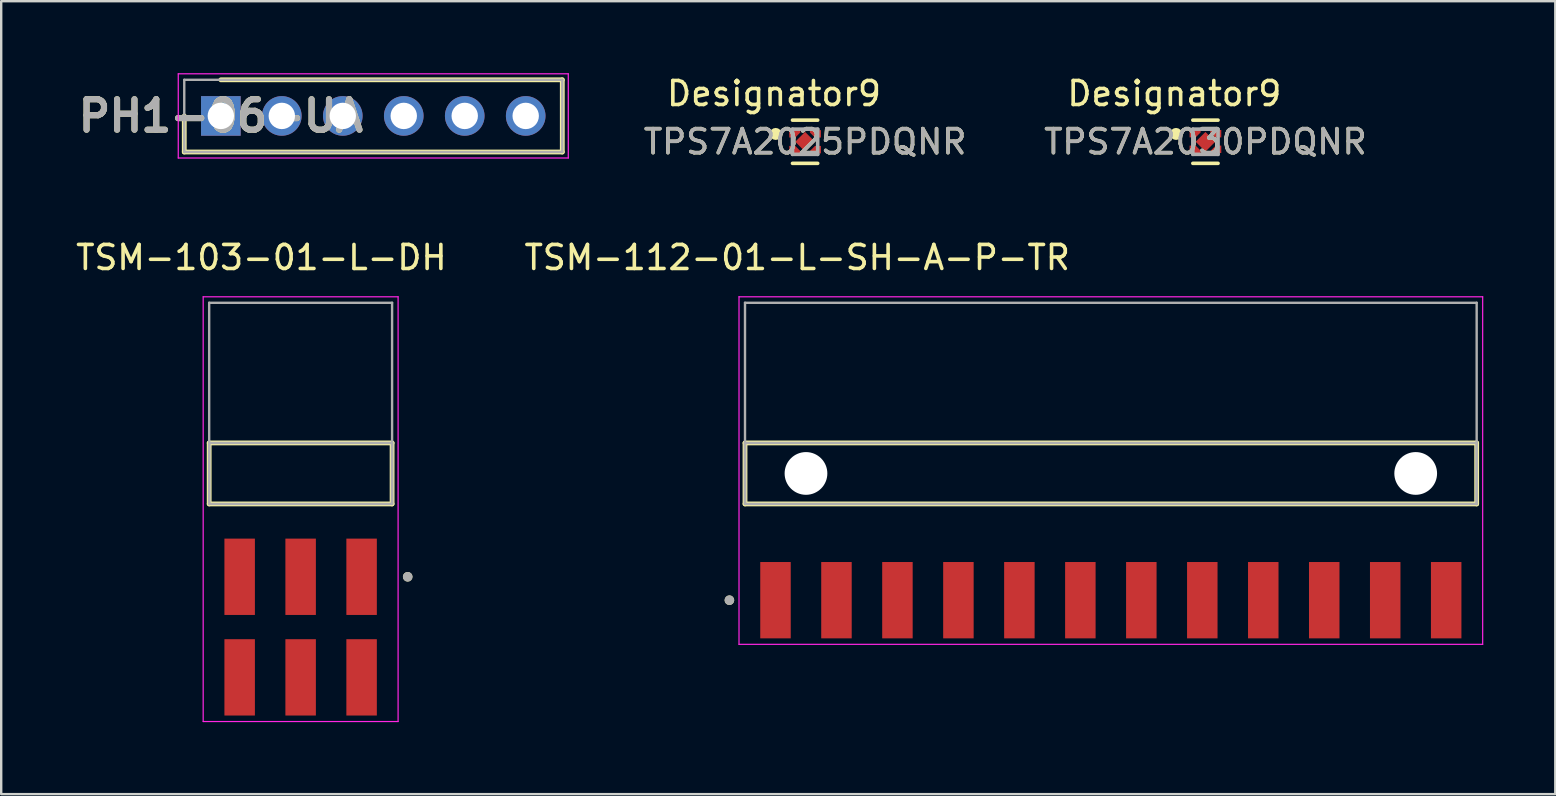
<source format=kicad_pcb>
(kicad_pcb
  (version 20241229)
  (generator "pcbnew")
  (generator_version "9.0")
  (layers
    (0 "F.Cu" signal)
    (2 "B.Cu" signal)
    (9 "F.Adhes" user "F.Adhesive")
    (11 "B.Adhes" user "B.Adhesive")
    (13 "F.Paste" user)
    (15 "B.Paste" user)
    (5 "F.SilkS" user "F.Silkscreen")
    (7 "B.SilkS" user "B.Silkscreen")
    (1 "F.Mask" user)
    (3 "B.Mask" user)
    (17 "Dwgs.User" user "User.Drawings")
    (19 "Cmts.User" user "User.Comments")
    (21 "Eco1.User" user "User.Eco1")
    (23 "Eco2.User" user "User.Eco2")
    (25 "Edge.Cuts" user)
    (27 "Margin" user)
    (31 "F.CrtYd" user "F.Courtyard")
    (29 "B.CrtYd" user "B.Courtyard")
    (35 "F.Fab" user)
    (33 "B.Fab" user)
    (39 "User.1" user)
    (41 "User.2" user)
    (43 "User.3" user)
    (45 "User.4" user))
  (footprint "PH1-06-UA"
    (layer "F.Cu")
    (at 6.15 1.779)
    (property "Reference" "PH1-06-UA" (at 0 0 0) (layer "F.SilkS") (effects (font (size 1.27 1.27) (thickness 0.254))))
    (attr through_hole)
    (fp_line (start -1.524 0) (end -1.524 1.504) (stroke (width 0.2) (type solid)) (layer "F.SilkS"))
    (fp_line (start -1.524 1.504) (end 14.224 1.504) (stroke (width 0.2) (type solid)) (layer "F.SilkS"))
    (fp_line (start 14.224 -1.504) (end 0 -1.504) (stroke (width 0.2) (type solid)) (layer "F.SilkS"))
    (fp_line (start 14.224 1.504) (end 14.224 -1.504) (stroke (width 0.2) (type solid)) (layer "F.SilkS"))
    (fp_line (start -1.774 -1.754) (end 14.474 -1.754) (stroke (width 0.05) (type solid)) (layer "F.CrtYd"))
    (fp_line (start -1.774 1.754) (end -1.774 -1.754) (stroke (width 0.05) (type solid)) (layer "F.CrtYd"))
    (fp_line (start 14.474 -1.754) (end 14.474 1.754) (stroke (width 0.05) (type solid)) (layer "F.CrtYd"))
    (fp_line (start 14.474 1.754) (end -1.774 1.754) (stroke (width 0.05) (type solid)) (layer "F.CrtYd"))
    (fp_line (start -1.524 -1.504) (end 14.224 -1.504) (stroke (width 0.1) (type solid)) (layer "F.Fab"))
    (fp_line (start -1.524 1.504) (end -1.524 -1.504) (stroke (width 0.1) (type solid)) (layer "F.Fab"))
    (fp_line (start 14.224 -1.504) (end 14.224 1.504) (stroke (width 0.1) (type solid)) (layer "F.Fab"))
    (fp_line (start 14.224 1.504) (end -1.524 1.504) (stroke (width 0.1) (type solid)) (layer "F.Fab"))
    (fp_text user "${REFERENCE}" (at 0 0 0) (layer "F.Fab") (effects (font (size 1.27 1.27) (thickness 0.254))))
    (pad "1" thru_hole rect (at 0 0) (size 1.65 1.65) (drill 1.1) (layers "*.Cu" "*.Mask"))
    (pad "2" thru_hole circle (at 2.54 0) (size 1.65 1.65) (drill 1.1) (layers "*.Cu" "*.Mask"))
    (pad "3" thru_hole circle (at 5.08 0) (size 1.65 1.65) (drill 1.1) (layers "*.Cu" "*.Mask"))
    (pad "4" thru_hole circle (at 7.62 0) (size 1.65 1.65) (drill 1.1) (layers "*.Cu" "*.Mask"))
    (pad "5" thru_hole circle (at 10.16 0) (size 1.65 1.65) (drill 1.1) (layers "*.Cu" "*.Mask"))
    (pad "6" thru_hole circle (at 12.7 0) (size 1.65 1.65) (drill 1.1) (layers "*.Cu" "*.Mask")))
  (footprint "TSM-103-01-L-DH"
    (layer "F.Cu")
    (at 9.474 16.673)
    (property "Reference" "TSM-103-01-L-DH" (at -1.635 -8.995 0) (layer "F.SilkS") (effects (font (size 1 1) (thickness 0.15))))
    (attr smd)
    (fp_line (start -3.81 1.27) (end -3.81 -1.27) (stroke (width 0.2) (type solid)) (layer "F.SilkS"))
    (fp_line (start 3.81 -1.27) (end -3.81 -1.27) (stroke (width 0.2) (type solid)) (layer "F.SilkS"))
    (fp_line (start 3.81 -1.27) (end 3.81 1.27) (stroke (width 0.2) (type solid)) (layer "F.SilkS"))
    (fp_line (start 3.81 1.27) (end -3.81 1.27) (stroke (width 0.2) (type solid)) (layer "F.SilkS"))
    (fp_circle (center 4.46 4.305) (end 4.56 4.305) (stroke (width 0.2) (type solid)) (fill no) (layer "F.SilkS"))
    (fp_line (start -4.06 -7.36) (end 4.06 -7.36) (stroke (width 0.05) (type solid)) (layer "F.CrtYd"))
    (fp_line (start -4.06 10.335) (end -4.06 -7.36) (stroke (width 0.05) (type solid)) (layer "F.CrtYd"))
    (fp_line (start 4.06 -7.36) (end 4.06 10.335) (stroke (width 0.05) (type solid)) (layer "F.CrtYd"))
    (fp_line (start 4.06 10.335) (end -4.06 10.335) (stroke (width 0.05) (type solid)) (layer "F.CrtYd"))
    (fp_line (start -3.81 -7.11) (end 3.81 -7.11) (stroke (width 0.1) (type solid)) (layer "F.Fab"))
    (fp_line (start -3.81 -1.27) (end 3.81 -1.27) (stroke (width 0.1) (type solid)) (layer "F.Fab"))
    (fp_line (start -3.81 1.27) (end -3.81 -7.11) (stroke (width 0.1) (type solid)) (layer "F.Fab"))
    (fp_line (start -3.81 1.27) (end -3.81 -1.27) (stroke (width 0.1) (type solid)) (layer "F.Fab"))
    (fp_line (start 3.81 -7.11) (end 3.81 1.27) (stroke (width 0.1) (type solid)) (layer "F.Fab"))
    (fp_line (start 3.81 -1.27) (end 3.81 1.27) (stroke (width 0.1) (type solid)) (layer "F.Fab"))
    (fp_line (start 3.81 1.27) (end -3.81 1.27) (stroke (width 0.1) (type solid)) (layer "F.Fab"))
    (fp_circle (center 4.46 4.305) (end 4.56 4.305) (stroke (width 0.2) (type solid)) (fill no) (layer "F.Fab"))
    (pad "01" smd rect (at 2.54 4.305) (size 1.27 3.18) (layers "F.Cu" "F.Mask" "F.Paste"))
    (pad "02" smd rect (at 2.54 8.495) (size 1.27 3.18) (layers "F.Cu" "F.Mask" "F.Paste"))
    (pad "03" smd rect (at 0 4.305) (size 1.27 3.18) (layers "F.Cu" "F.Mask" "F.Paste"))
    (pad "04" smd rect (at 0 8.495) (size 1.27 3.18) (layers "F.Cu" "F.Mask" "F.Paste"))
    (pad "05" smd rect (at -2.54 4.305) (size 1.27 3.18) (layers "F.Cu" "F.Mask" "F.Paste"))
    (pad "06" smd rect (at -2.54 8.495) (size 1.27 3.18) (layers "F.Cu" "F.Mask" "F.Paste")))
  (footprint "TPS7A2030PDQNR"
    (layer "F.Cu")
    (at 47.167 2.855)
    (property "Reference" "TPS7A2030PDQNR" (at 0 0 0) (unlocked yes) (layer "F.SilkS") (effects (font (size 1 1) (thickness 0.15))))
    (attr smd)
    (fp_poly (pts (xy -0.61 -0.435) (xy -0.25 -0.435) (xy -0.25 -0.405) (xy -0.43 -0.225) (xy -0.61 -0.225)) (stroke (width 0) (type solid)) (fill yes) (layer "F.Mask"))
    (fp_poly (pts (xy -0.61 0.435) (xy -0.25 0.435) (xy -0.25 0.405) (xy -0.43 0.225) (xy -0.61 0.225)) (stroke (width 0) (type solid)) (fill yes) (layer "F.Mask"))
    (fp_poly (pts (xy 0.61 -0.435) (xy 0.25 -0.435) (xy 0.25 -0.405) (xy 0.43 -0.225) (xy 0.61 -0.225)) (stroke (width 0) (type solid)) (fill yes) (layer "F.Mask"))
    (fp_poly (pts (xy 0.61 0.435) (xy 0.25 0.435) (xy 0.25 0.405) (xy 0.43 0.225) (xy 0.61 0.225)) (stroke (width 0) (type solid)) (fill yes) (layer "F.Mask"))
    (fp_poly (pts (xy -0.304 -0.035) (xy -0.035 -0.304) (xy 0.035 -0.304) (xy 0.304 -0.035) (xy 0.304 0.035) (xy 0.035 0.304) (xy -0.035 0.304) (xy -0.304 0.035)) (stroke (width 0) (type solid)) (fill yes) (layer "F.Mask"))
    (fp_line (start -0.525 -0.9) (end 0.525 -0.9) (stroke (width 0.15) (type solid)) (layer "F.SilkS"))
    (fp_line (start -0.525 0.9) (end 0.525 0.9) (stroke (width 0.15) (type solid)) (layer "F.SilkS"))
    (fp_circle (center -1.225 -0.325) (end -1.1 -0.325) (stroke (width 0.25) (type solid)) (fill no) (layer "F.SilkS"))
    (fp_poly (pts (xy -0.65 -0.435) (xy -0.25 -0.435) (xy -0.25 -0.405) (xy -0.43 -0.225) (xy -0.65 -0.225)) (stroke (width 0) (type solid)) (fill yes) (layer "F.Paste"))
    (fp_poly (pts (xy -0.65 0.435) (xy -0.25 0.435) (xy -0.25 0.405) (xy -0.43 0.225) (xy -0.65 0.225)) (stroke (width 0) (type solid)) (fill yes) (layer "F.Paste"))
    (fp_poly (pts (xy 0.65 -0.435) (xy 0.25 -0.435) (xy 0.25 -0.405) (xy 0.43 -0.225) (xy 0.65 -0.225)) (stroke (width 0) (type solid)) (fill yes) (layer "F.Paste"))
    (fp_poly (pts (xy 0.65 0.435) (xy 0.25 0.435) (xy 0.25 0.405) (xy 0.43 0.225) (xy 0.65 0.225)) (stroke (width 0) (type solid)) (fill yes) (layer "F.Paste"))
    (fp_poly (pts (xy 0.283 0.035) (xy 0.035 0.283) (xy -0.035 0.283) (xy -0.283 0.035) (xy -0.283 -0.035) (xy -0.035 -0.283) (xy 0.035 -0.283) (xy 0.283 -0.035)) (stroke (width 0) (type solid)) (fill yes) (layer "F.Paste"))
    (fp_line (start -0.525 -0.525) (end 0.525 -0.525) (stroke (width 0.15) (type solid)) (layer "F.Fab"))
    (fp_line (start -0.525 0.525) (end -0.525 -0.525) (stroke (width 0.15) (type solid)) (layer "F.Fab"))
    (fp_line (start -0.525 0.525) (end 0.525 0.525) (stroke (width 0.15) (type solid)) (layer "F.Fab"))
    (fp_line (start 0.525 0.525) (end 0.525 -0.525) (stroke (width 0.15) (type solid)) (layer "F.Fab"))
    (fp_text user "Designator9" (at -1.295 -2.007 0) (unlocked yes) (layer "F.SilkS") (effects (font (size 1 1) (thickness 0.15))))
    (fp_text user "${REFERENCE}" (at 0 0 0) (unlocked yes) (layer "F.Fab") (effects (font (size 1 1) (thickness 0.15))))
    (pad "1" smd custom (at -0.505 -0.33) (size 0.279 0.279) (layers "F.Cu") (options (anchor circle)) (primitives (gr_poly (pts (xy -0.155 -0.16) (xy 0.305 -0.16) (xy 0.305 -0.06) (xy 0.095 0.15) (xy -0.155 0.15)) (width 0) (fill yes))))
    (pad "2" smd custom (at -0.505 0.33) (size 0.279 0.279) (layers "F.Cu") (options (anchor circle)) (primitives (gr_poly (pts (xy -0.155 0.14) (xy 0.305 0.14) (xy 0.305 0.04) (xy 0.095 -0.17) (xy -0.155 -0.17)) (width 0) (fill yes))))
    (pad "3" smd custom (at 0.459 0.346) (size 0.251 0.251) (layers "F.Cu") (options (anchor circle)) (primitives (gr_poly (pts (xy 0.201 0.124) (xy -0.259 0.124) (xy -0.259 0.044) (xy -0.029 -0.186) (xy 0.201 -0.186)) (width 0) (fill yes))))
    (pad "4" smd custom (at 0.459 -0.346) (size 0.251 0.251) (layers "F.Cu") (options (anchor circle)) (primitives (gr_poly (pts (xy 0.201 -0.144) (xy -0.259 -0.144) (xy -0.259 -0.044) (xy -0.049 0.166) (xy 0.201 0.166)) (width 0) (fill yes))))
    (pad "5" smd rect (at 0 0 315) (size 0.579 0.579) (layers "F.Cu")))
  (footprint "TPS7A2025PDQNR"
    (layer "F.Cu")
    (at 30.489 2.855)
    (property "Reference" "TPS7A2025PDQNR" (at 0 0 0) (unlocked yes) (layer "F.SilkS") (effects (font (size 1 1) (thickness 0.15))))
    (attr smd)
    (fp_poly (pts (xy -0.66 -0.485) (xy -0.2 -0.485) (xy -0.2 -0.385) (xy -0.41 -0.175) (xy -0.66 -0.175)) (stroke (width 0) (type solid)) (fill yes) (layer "F.Cu"))
    (fp_poly (pts (xy -0.66 0.485) (xy -0.2 0.485) (xy -0.2 0.385) (xy -0.41 0.175) (xy -0.66 0.175)) (stroke (width 0) (type solid)) (fill yes) (layer "F.Cu"))
    (fp_poly (pts (xy 0.66 -0.485) (xy 0.2 -0.485) (xy 0.2 -0.385) (xy 0.41 -0.175) (xy 0.66 -0.175)) (stroke (width 0) (type solid)) (fill yes) (layer "F.Cu"))
    (fp_poly (pts (xy 0.66 0.485) (xy 0.2 0.485) (xy 0.2 0.385) (xy 0.41 0.175) (xy 0.66 0.175)) (stroke (width 0) (type solid)) (fill yes) (layer "F.Cu"))
    (fp_poly (pts (xy -0.61 -0.435) (xy -0.25 -0.435) (xy -0.25 -0.405) (xy -0.43 -0.225) (xy -0.61 -0.225)) (stroke (width 0) (type solid)) (fill yes) (layer "F.Mask"))
    (fp_poly (pts (xy -0.61 0.435) (xy -0.25 0.435) (xy -0.25 0.405) (xy -0.43 0.225) (xy -0.61 0.225)) (stroke (width 0) (type solid)) (fill yes) (layer "F.Mask"))
    (fp_poly (pts (xy 0.61 -0.435) (xy 0.25 -0.435) (xy 0.25 -0.405) (xy 0.43 -0.225) (xy 0.61 -0.225)) (stroke (width 0) (type solid)) (fill yes) (layer "F.Mask"))
    (fp_poly (pts (xy 0.61 0.435) (xy 0.25 0.435) (xy 0.25 0.405) (xy 0.43 0.225) (xy 0.61 0.225)) (stroke (width 0) (type solid)) (fill yes) (layer "F.Mask"))
    (fp_poly (pts (xy -0.304 -0.035) (xy -0.035 -0.304) (xy 0.035 -0.304) (xy 0.304 -0.035) (xy 0.304 0.035) (xy 0.035 0.304) (xy -0.035 0.304) (xy -0.304 0.035)) (stroke (width 0) (type solid)) (fill yes) (layer "F.Mask"))
    (fp_line (start -0.525 -0.9) (end 0.525 -0.9) (stroke (width 0.15) (type solid)) (layer "F.SilkS"))
    (fp_line (start -0.525 0.9) (end 0.525 0.9) (stroke (width 0.15) (type solid)) (layer "F.SilkS"))
    (fp_circle (center -1.225 -0.325) (end -1.1 -0.325) (stroke (width 0.25) (type solid)) (fill no) (layer "F.SilkS"))
    (fp_poly (pts (xy -0.65 -0.435) (xy -0.25 -0.435) (xy -0.25 -0.405) (xy -0.43 -0.225) (xy -0.65 -0.225)) (stroke (width 0) (type solid)) (fill yes) (layer "F.Paste"))
    (fp_poly (pts (xy -0.65 0.435) (xy -0.25 0.435) (xy -0.25 0.405) (xy -0.43 0.225) (xy -0.65 0.225)) (stroke (width 0) (type solid)) (fill yes) (layer "F.Paste"))
    (fp_poly (pts (xy 0.65 -0.435) (xy 0.25 -0.435) (xy 0.25 -0.405) (xy 0.43 -0.225) (xy 0.65 -0.225)) (stroke (width 0) (type solid)) (fill yes) (layer "F.Paste"))
    (fp_poly (pts (xy 0.65 0.435) (xy 0.25 0.435) (xy 0.25 0.405) (xy 0.43 0.225) (xy 0.65 0.225)) (stroke (width 0) (type solid)) (fill yes) (layer "F.Paste"))
    (fp_poly (pts (xy 0.283 0.035) (xy 0.035 0.283) (xy -0.035 0.283) (xy -0.283 0.035) (xy -0.283 -0.035) (xy -0.035 -0.283) (xy 0.035 -0.283) (xy 0.283 -0.035)) (stroke (width 0) (type solid)) (fill yes) (layer "F.Paste"))
    (fp_line (start -0.525 -0.525) (end 0.525 -0.525) (stroke (width 0.15) (type solid)) (layer "F.Fab"))
    (fp_line (start -0.525 0.525) (end -0.525 -0.525) (stroke (width 0.15) (type solid)) (layer "F.Fab"))
    (fp_line (start -0.525 0.525) (end 0.525 0.525) (stroke (width 0.15) (type solid)) (layer "F.Fab"))
    (fp_line (start 0.525 0.525) (end 0.525 -0.525) (stroke (width 0.15) (type solid)) (layer "F.Fab"))
    (fp_text user "Designator9" (at -1.295 -2.007 0) (unlocked yes) (layer "F.SilkS") (effects (font (size 1 1) (thickness 0.15))))
    (fp_text user "${REFERENCE}" (at 0 0 0) (unlocked yes) (layer "F.Fab") (effects (font (size 1 1) (thickness 0.15))))
    (pad "1" smd circle (at -0.505 -0.33) (size 0.279 0.279) (layers "F.Cu"))
    (pad "2" smd circle (at -0.505 0.33) (size 0.279 0.279) (layers "F.Cu"))
    (pad "3" smd circle (at 0.459 0.346) (size 0.251 0.251) (layers "F.Cu"))
    (pad "4" smd circle (at 0.459 -0.346) (size 0.251 0.251) (layers "F.Cu"))
    (pad "5" smd rect (at 0 0 315) (size 0.58 0.58) (layers "F.Cu")))
  (footprint "TSM-112-01-L-SH-A-P-TR"
    (layer "F.Cu")
    (at 43.226 16.673)
    (property "Reference" "TSM-112-01-L-SH-A-P-TR" (at -13.065 -8.995 0) (layer "F.SilkS") (effects (font (size 1 1) (thickness 0.15))))
    (attr smd)
    (fp_line (start -15.24 1.27) (end -15.24 -1.27) (stroke (width 0.2) (type solid)) (layer "F.SilkS"))
    (fp_line (start 15.24 -1.27) (end -15.24 -1.27) (stroke (width 0.2) (type solid)) (layer "F.SilkS"))
    (fp_line (start 15.24 -1.27) (end 15.24 1.27) (stroke (width 0.2) (type solid)) (layer "F.SilkS"))
    (fp_line (start 15.24 1.27) (end -15.24 1.27) (stroke (width 0.2) (type solid)) (layer "F.SilkS"))
    (fp_circle (center -15.89 5.28) (end -15.79 5.28) (stroke (width 0.2) (type solid)) (fill no) (layer "F.SilkS"))
    (fp_line (start -15.49 -7.36) (end 15.49 -7.36) (stroke (width 0.05) (type solid)) (layer "F.CrtYd"))
    (fp_line (start -15.49 7.12) (end -15.49 -7.36) (stroke (width 0.05) (type solid)) (layer "F.CrtYd"))
    (fp_line (start 15.49 -7.36) (end 15.49 7.12) (stroke (width 0.05) (type solid)) (layer "F.CrtYd"))
    (fp_line (start 15.49 7.12) (end -15.49 7.12) (stroke (width 0.05) (type solid)) (layer "F.CrtYd"))
    (fp_line (start -15.24 -7.11) (end 15.24 -7.11) (stroke (width 0.1) (type solid)) (layer "F.Fab"))
    (fp_line (start -15.24 -1.27) (end 15.24 -1.27) (stroke (width 0.1) (type solid)) (layer "F.Fab"))
    (fp_line (start -15.24 1.27) (end -15.24 -7.11) (stroke (width 0.1) (type solid)) (layer "F.Fab"))
    (fp_line (start -15.24 1.27) (end -15.24 -1.27) (stroke (width 0.1) (type solid)) (layer "F.Fab"))
    (fp_line (start 15.24 -7.11) (end 15.24 1.27) (stroke (width 0.1) (type solid)) (layer "F.Fab"))
    (fp_line (start 15.24 -1.27) (end 15.24 1.27) (stroke (width 0.1) (type solid)) (layer "F.Fab"))
    (fp_line (start 15.24 1.27) (end -15.24 1.27) (stroke (width 0.1) (type solid)) (layer "F.Fab"))
    (fp_circle (center -15.89 5.28) (end -15.79 5.28) (stroke (width 0.2) (type solid)) (fill no) (layer "F.Fab"))
    (pad "" np_thru_hole circle (at -12.7 0) (size 1.78 1.78) (drill 1.78) (layers "*.Cu" "*.Mask"))
    (pad "" np_thru_hole circle (at 12.7 0) (size 1.78 1.78) (drill 1.78) (layers "*.Cu" "*.Mask"))
    (pad "01" smd rect (at -13.97 5.28) (size 1.27 3.18) (layers "F.Cu" "F.Mask" "F.Paste"))
    (pad "02" smd rect (at -11.43 5.28) (size 1.27 3.18) (layers "F.Cu" "F.Mask" "F.Paste"))
    (pad "03" smd rect (at -8.89 5.28) (size 1.27 3.18) (layers "F.Cu" "F.Mask" "F.Paste"))
    (pad "04" smd rect (at -6.35 5.28) (size 1.27 3.18) (layers "F.Cu" "F.Mask" "F.Paste"))
    (pad "05" smd rect (at -3.81 5.28) (size 1.27 3.18) (layers "F.Cu" "F.Mask" "F.Paste"))
    (pad "06" smd rect (at -1.27 5.28) (size 1.27 3.18) (layers "F.Cu" "F.Mask" "F.Paste"))
    (pad "07" smd rect (at 1.27 5.28) (size 1.27 3.18) (layers "F.Cu" "F.Mask" "F.Paste"))
    (pad "08" smd rect (at 3.81 5.28) (size 1.27 3.18) (layers "F.Cu" "F.Mask" "F.Paste"))
    (pad "09" smd rect (at 6.35 5.28) (size 1.27 3.18) (layers "F.Cu" "F.Mask" "F.Paste"))
    (pad "10" smd rect (at 8.89 5.28) (size 1.27 3.18) (layers "F.Cu" "F.Mask" "F.Paste"))
    (pad "11" smd rect (at 11.43 5.28) (size 1.27 3.18) (layers "F.Cu" "F.Mask" "F.Paste"))
    (pad "12" smd rect (at 13.97 5.28) (size 1.27 3.18) (layers "F.Cu" "F.Mask" "F.Paste")))
  (gr_rect
    (start -3 -3)
    (end 61.741 30.033)
    (stroke (width 0.1) (type default))
    (fill no)
    (layer "Edge.Cuts")))
</source>
